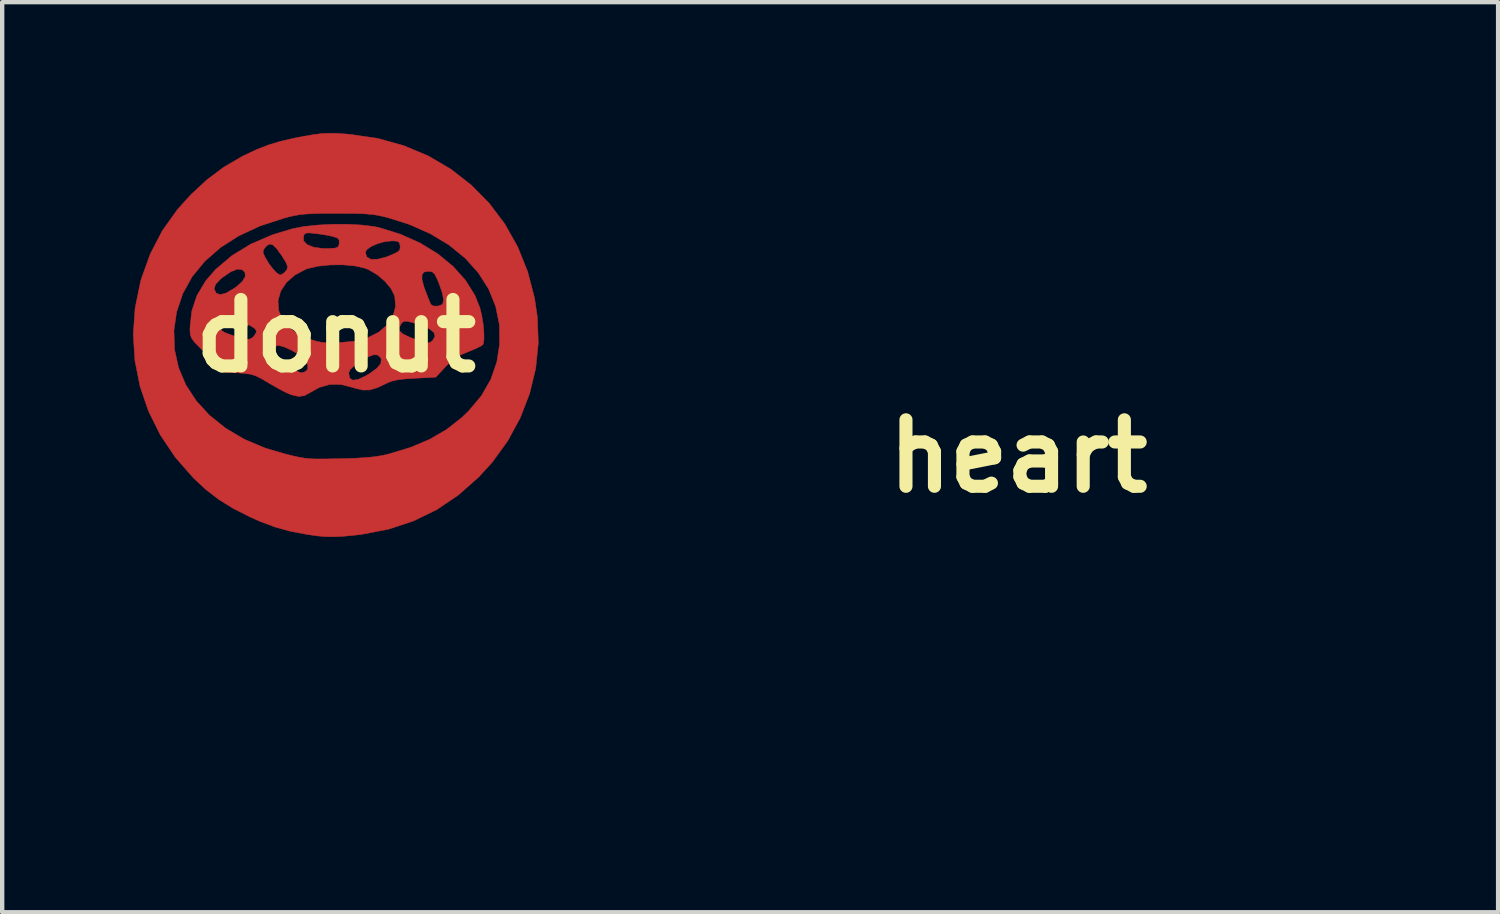
<source format=kicad_pcb>
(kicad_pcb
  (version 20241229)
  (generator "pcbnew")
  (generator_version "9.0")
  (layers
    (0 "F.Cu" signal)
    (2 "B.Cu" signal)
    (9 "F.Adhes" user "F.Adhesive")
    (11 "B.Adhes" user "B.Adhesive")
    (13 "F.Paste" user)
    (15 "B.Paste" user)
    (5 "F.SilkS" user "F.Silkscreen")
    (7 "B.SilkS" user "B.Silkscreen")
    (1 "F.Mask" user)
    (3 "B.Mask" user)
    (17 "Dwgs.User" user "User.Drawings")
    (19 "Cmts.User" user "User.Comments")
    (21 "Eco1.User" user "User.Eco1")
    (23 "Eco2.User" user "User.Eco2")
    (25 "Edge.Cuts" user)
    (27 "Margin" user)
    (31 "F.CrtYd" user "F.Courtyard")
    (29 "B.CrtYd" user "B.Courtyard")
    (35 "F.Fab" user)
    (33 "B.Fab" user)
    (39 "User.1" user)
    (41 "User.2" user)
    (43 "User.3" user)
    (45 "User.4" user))
  (footprint "heart"
    (layer "F.Cu")
    (at 20.298 7.41)
    (property "Reference" "heart" (at 0 0 0) (layer "F.SilkS") (effects (font (size 1.524 1.524) (thickness 0.3))))
    (attr through_hole)
    (fp_poly (pts (xy -3.622 -7.402) (xy -3.29 -7.387) (xy -2.975 -7.36) (xy -2.7 -7.323) (xy -2.521 -7.285) (xy -2.178 -7.172) (xy -1.813 -7.011) (xy -1.46 -6.821) (xy -1.185 -6.642) (xy -0.979 -6.476) (xy -0.748 -6.263) (xy -0.516 -6.028) (xy -0.306 -5.794) (xy -0.169 -5.621) (xy -0.086 -5.514) (xy -0.023 -5.441) (xy 0.001 -5.42) (xy 0.036 -5.452) (xy 0.09 -5.531) (xy 0.1 -5.548) (xy 0.173 -5.647) (xy 0.292 -5.788) (xy 0.445 -5.956) (xy 0.616 -6.134) (xy 0.79 -6.308) (xy 0.952 -6.463) (xy 1.088 -6.582) (xy 1.142 -6.624) (xy 1.382 -6.781) (xy 1.673 -6.941) (xy 1.986 -7.089) (xy 2.289 -7.212) (xy 2.527 -7.289) (xy 2.668 -7.324) (xy 2.799 -7.349) (xy 2.935 -7.367) (xy 3.096 -7.378) (xy 3.297 -7.383) (xy 3.557 -7.385) (xy 3.725 -7.384) (xy 4.02 -7.383) (xy 4.247 -7.378) (xy 4.424 -7.37) (xy 4.569 -7.355) (xy 4.7 -7.334) (xy 4.834 -7.303) (xy 4.954 -7.271) (xy 5.115 -7.219) (xy 5.302 -7.148) (xy 5.5 -7.066) (xy 5.693 -6.978) (xy 5.864 -6.894) (xy 5.998 -6.819) (xy 6.079 -6.762) (xy 6.096 -6.738) (xy 6.131 -6.704) (xy 6.216 -6.657) (xy 6.234 -6.65) (xy 6.313 -6.599) (xy 6.43 -6.503) (xy 6.573 -6.375) (xy 6.728 -6.228) (xy 6.882 -6.075) (xy 7.023 -5.928) (xy 7.138 -5.799) (xy 7.215 -5.703) (xy 7.239 -5.653) (xy 7.26 -5.596) (xy 7.279 -5.588) (xy 7.32 -5.551) (xy 7.386 -5.452) (xy 7.467 -5.307) (xy 7.556 -5.131) (xy 7.645 -4.941) (xy 7.726 -4.752) (xy 7.791 -4.581) (xy 7.811 -4.52) (xy 7.891 -4.224) (xy 7.947 -3.932) (xy 7.981 -3.622) (xy 7.995 -3.273) (xy 7.991 -2.865) (xy 7.989 -2.801) (xy 7.97 -2.457) (xy 7.937 -2.119) (xy 7.892 -1.802) (xy 7.838 -1.52) (xy 7.777 -1.288) (xy 7.713 -1.122) (xy 7.691 -1.084) (xy 7.643 -0.992) (xy 7.585 -0.859) (xy 7.555 -0.783) (xy 7.49 -0.634) (xy 7.4 -0.455) (xy 7.315 -0.306) (xy 7.237 -0.172) (xy 7.18 -0.067) (xy 7.155 -0.009) (xy 7.154 -0.007) (xy 7.129 0.043) (xy 7.065 0.132) (xy 7.016 0.193) (xy 6.595 0.735) (xy 6.498 0.87) (xy 6.404 0.998) (xy 6.312 1.112) (xy 6.278 1.15) (xy 6.042 1.394) (xy 5.769 1.668) (xy 5.486 1.945) (xy 5.218 2.199) (xy 5.125 2.286) (xy 4.944 2.454) (xy 4.756 2.628) (xy 4.587 2.788) (xy 4.48 2.889) (xy 4.362 3.001) (xy 4.267 3.086) (xy 4.212 3.13) (xy 4.205 3.133) (xy 4.169 3.16) (xy 4.08 3.237) (xy 3.947 3.356) (xy 3.78 3.507) (xy 3.586 3.684) (xy 3.478 3.784) (xy 3.191 4.053) (xy 2.896 4.335) (xy 2.6 4.624) (xy 2.309 4.913) (xy 2.03 5.195) (xy 1.768 5.464) (xy 1.531 5.713) (xy 1.325 5.935) (xy 1.155 6.125) (xy 1.029 6.275) (xy 0.953 6.379) (xy 0.931 6.426) (xy 0.9 6.485) (xy 0.852 6.528) (xy 0.775 6.602) (xy 0.696 6.706) (xy 0.693 6.71) (xy 0.631 6.802) (xy 0.536 6.938) (xy 0.424 7.092) (xy 0.386 7.144) (xy 0.275 7.29) (xy 0.196 7.381) (xy 0.131 7.429) (xy 0.065 7.448) (xy -0.002 7.451) (xy -0.077 7.446) (xy -0.139 7.426) (xy -0.204 7.377) (xy -0.286 7.287) (xy -0.401 7.145) (xy -0.441 7.094) (xy -0.555 6.945) (xy -0.646 6.821) (xy -0.705 6.737) (xy -0.72 6.708) (xy -0.727 6.687) (xy -0.753 6.649) (xy -0.81 6.585) (xy -0.905 6.483) (xy -1.047 6.333) (xy -1.079 6.3) (xy -1.164 6.206) (xy -1.218 6.137) (xy -1.228 6.116) (xy -1.258 6.064) (xy -1.342 5.961) (xy -1.474 5.816) (xy -1.646 5.636) (xy -1.849 5.427) (xy -2.078 5.199) (xy -2.324 4.957) (xy -2.58 4.71) (xy -2.839 4.465) (xy -3.092 4.228) (xy -3.333 4.009) (xy -3.533 3.831) (xy -3.688 3.694) (xy -3.839 3.557) (xy -3.96 3.442) (xy -3.985 3.418) (xy -4.082 3.329) (xy -4.158 3.272) (xy -4.185 3.26) (xy -4.234 3.23) (xy -4.313 3.155) (xy -4.362 3.101) (xy -4.461 2.997) (xy -4.551 2.917) (xy -4.582 2.896) (xy -4.635 2.855) (xy -4.739 2.763) (xy -4.884 2.63) (xy -5.062 2.465) (xy -5.261 2.276) (xy -5.388 2.156) (xy -5.66 1.89) (xy -5.915 1.636) (xy -6.145 1.4) (xy -6.344 1.188) (xy -6.507 1.007) (xy -6.626 0.865) (xy -6.696 0.767) (xy -6.711 0.722) (xy -6.726 0.676) (xy -6.781 0.582) (xy -6.866 0.46) (xy -6.881 0.441) (xy -6.972 0.316) (xy -7.039 0.218) (xy -7.069 0.165) (xy -7.069 0.163) (xy -7.09 0.116) (xy -7.146 0.017) (xy -7.226 -0.118) (xy -7.26 -0.174) (xy -7.347 -0.321) (xy -7.413 -0.444) (xy -7.448 -0.524) (xy -7.451 -0.538) (xy -7.478 -0.588) (xy -7.495 -0.593) (xy -7.522 -0.618) (xy -7.516 -0.632) (xy -7.52 -0.69) (xy -7.559 -0.786) (xy -7.573 -0.812) (xy -7.629 -0.932) (xy -7.689 -1.093) (xy -7.724 -1.206) (xy -7.765 -1.352) (xy -7.8 -1.469) (xy -7.819 -1.524) (xy -7.837 -1.615) (xy -7.836 -1.644) (xy -7.852 -1.725) (xy -7.868 -1.749) (xy -7.911 -1.847) (xy -7.945 -2.014) (xy -7.971 -2.239) (xy -7.988 -2.506) (xy -7.996 -2.802) (xy -7.995 -3.114) (xy -7.985 -3.427) (xy -7.967 -3.728) (xy -7.939 -4.003) (xy -7.903 -4.239) (xy -7.875 -4.36) (xy -7.82 -4.532) (xy -7.743 -4.734) (xy -7.65 -4.947) (xy -7.552 -5.155) (xy -7.457 -5.34) (xy -7.372 -5.482) (xy -7.307 -5.566) (xy -7.3 -5.572) (xy -7.247 -5.638) (xy -7.239 -5.671) (xy -7.21 -5.722) (xy -7.131 -5.817) (xy -7.015 -5.943) (xy -6.875 -6.088) (xy -6.723 -6.238) (xy -6.574 -6.382) (xy -6.439 -6.505) (xy -6.331 -6.597) (xy -6.264 -6.643) (xy -6.253 -6.646) (xy -6.184 -6.677) (xy -6.169 -6.699) (xy -6.125 -6.738) (xy -6.021 -6.804) (xy -5.871 -6.888) (xy -5.691 -6.981) (xy -5.689 -6.982) (xy -5.509 -7.074) (xy -5.359 -7.153) (xy -5.253 -7.211) (xy -5.207 -7.241) (xy -5.207 -7.241) (xy -5.156 -7.262) (xy -5.049 -7.283) (xy -4.974 -7.294) (xy -4.817 -7.314) (xy -4.624 -7.343) (xy -4.466 -7.368) (xy -4.234 -7.394) (xy -3.944 -7.405) (xy -3.622 -7.402)) (stroke (width 0.01) (type solid)) (fill yes) (layer "F.Mask")))
  (footprint "donut"
    (layer "F.Cu")
    (at 4.65 4.651)
    (property "Reference" "donut" (at 0 0 0) (layer "F.SilkS") (effects (font (size 1.524 1.524) (thickness 0.3))))
    (attr through_hole)
    (fp_poly (pts (xy 0.003 -4.643) (xy 0.222 -4.629) (xy 0.318 -4.621) (xy 0.956 -4.529) (xy 1.558 -4.362) (xy 2.119 -4.126) (xy 2.636 -3.823) (xy 3.103 -3.46) (xy 3.518 -3.039) (xy 3.875 -2.565) (xy 4.169 -2.042) (xy 4.398 -1.474) (xy 4.556 -0.866) (xy 4.621 -0.43) (xy 4.642 0.16) (xy 4.582 0.748) (xy 4.443 1.323) (xy 4.228 1.879) (xy 3.941 2.408) (xy 3.584 2.9) (xy 3.274 3.239) (xy 2.808 3.65) (xy 2.313 3.984) (xy 1.782 4.243) (xy 1.21 4.432) (xy 0.592 4.551) (xy 0.423 4.571) (xy 0.16 4.596) (xy -0.051 4.606) (xy -0.238 4.603) (xy -0.433 4.585) (xy -0.656 4.553) (xy -1.049 4.478) (xy -1.399 4.381) (xy -1.748 4.25) (xy -1.974 4.148) (xy -2.357 3.954) (xy -2.682 3.752) (xy -2.976 3.527) (xy -3.261 3.262) (xy -3.678 2.787) (xy -4.023 2.274) (xy -4.294 1.729) (xy -4.489 1.159) (xy -4.606 0.57) (xy -4.645 -0.032) (xy -4.638 -0.129) (xy -3.712 -0.129) (xy -3.699 0.31) (xy -3.606 0.729) (xy -3.439 1.124) (xy -3.2 1.49) (xy -2.895 1.823) (xy -2.527 2.117) (xy -2.101 2.369) (xy -1.621 2.572) (xy -1.182 2.702) (xy -0.996 2.748) (xy -0.848 2.781) (xy -0.722 2.803) (xy -0.597 2.817) (xy -0.455 2.822) (xy -0.277 2.822) (xy -0.045 2.818) (xy 0.127 2.815) (xy 0.446 2.805) (xy 0.698 2.79) (xy 0.903 2.769) (xy 1.078 2.74) (xy 1.206 2.71) (xy 1.715 2.556) (xy 2.156 2.37) (xy 2.541 2.145) (xy 2.885 1.876) (xy 3.045 1.722) (xy 3.339 1.371) (xy 3.553 0.998) (xy 3.692 0.595) (xy 3.755 0.189) (xy 3.75 -0.253) (xy 3.665 -0.675) (xy 3.504 -1.073) (xy 3.27 -1.442) (xy 2.968 -1.779) (xy 2.6 -2.08) (xy 2.171 -2.34) (xy 1.683 -2.556) (xy 1.236 -2.698) (xy 1.083 -2.738) (xy 0.947 -2.767) (xy 0.811 -2.786) (xy 0.657 -2.799) (xy 0.467 -2.806) (xy 0.222 -2.808) (xy 0.021 -2.809) (xy -0.27 -2.808) (xy -0.494 -2.804) (xy -0.67 -2.795) (xy -0.816 -2.781) (xy -0.95 -2.758) (xy -1.09 -2.726) (xy -1.194 -2.698) (xy -1.741 -2.519) (xy -2.227 -2.293) (xy -2.65 -2.022) (xy -3.006 -1.709) (xy -3.294 -1.358) (xy -3.509 -0.971) (xy -3.65 -0.551) (xy -3.712 -0.129) (xy -4.638 -0.129) (xy -4.602 -0.639) (xy -4.477 -1.247) (xy -4.46 -1.308) (xy -4.253 -1.883) (xy -3.979 -2.41) (xy -3.632 -2.897) (xy -3.323 -3.239) (xy -2.951 -3.583) (xy -2.573 -3.866) (xy -2.16 -4.108) (xy -2.095 -4.141) (xy -1.811 -4.275) (xy -1.541 -4.379) (xy -1.259 -4.464) (xy -0.935 -4.538) (xy -0.735 -4.576) (xy -0.513 -4.614) (xy -0.335 -4.637) (xy -0.173 -4.646) (xy 0.003 -4.643)) (stroke (width 0.01) (type solid)) (fill yes) (layer "F.Cu"))
    (fp_poly (pts (xy 0.603 -2.541) (xy 0.882 -2.506) (xy 0.989 -2.484) (xy 1.483 -2.331) (xy 1.935 -2.128) (xy 2.339 -1.881) (xy 2.687 -1.595) (xy 2.972 -1.277) (xy 3.187 -0.933) (xy 3.302 -0.647) (xy 3.344 -0.475) (xy 3.376 -0.284) (xy 3.394 -0.096) (xy 3.397 0.066) (xy 3.382 0.177) (xy 3.373 0.2) (xy 3.321 0.237) (xy 3.212 0.29) (xy 3.066 0.351) (xy 3.037 0.362) (xy 2.841 0.447) (xy 2.69 0.544) (xy 2.542 0.679) (xy 2.511 0.712) (xy 2.291 0.947) (xy 1.812 0.972) (xy 1.573 0.988) (xy 1.398 1.011) (xy 1.269 1.042) (xy 1.164 1.086) (xy 1.164 1.087) (xy 0.953 1.187) (xy 0.781 1.238) (xy 0.622 1.242) (xy 0.451 1.203) (xy 0.406 1.188) (xy 0.117 1.115) (xy -0.14 1.113) (xy -0.384 1.184) (xy -0.586 1.298) (xy -0.721 1.371) (xy -0.851 1.389) (xy -1.007 1.354) (xy -1.058 1.336) (xy -1.162 1.289) (xy -1.311 1.211) (xy -1.479 1.115) (xy -1.545 1.076) (xy -1.71 0.978) (xy -1.836 0.916) (xy -1.952 0.88) (xy -2.089 0.86) (xy -2.092 0.86) (xy 0.296 0.86) (xy 0.32 0.97) (xy 0.392 1.016) (xy 0.515 0.997) (xy 0.691 0.914) (xy 0.772 0.866) (xy 0.943 0.741) (xy 1.032 0.632) (xy 1.042 0.534) (xy 1.014 0.485) (xy 0.951 0.436) (xy 0.867 0.433) (xy 0.75 0.477) (xy 0.584 0.574) (xy 0.557 0.592) (xy 0.411 0.694) (xy 0.328 0.773) (xy 0.297 0.843) (xy 0.296 0.86) (xy -2.092 0.86) (xy -2.257 0.848) (xy -2.632 0.825) (xy -2.764 0.656) (xy -2.865 0.537) (xy -2.997 0.392) (xy -3.03 0.358) (xy -1.431 0.358) (xy -1.409 0.459) (xy -1.365 0.52) (xy -1.293 0.573) (xy -1.18 0.645) (xy -1.05 0.721) (xy -0.926 0.789) (xy -0.832 0.835) (xy -0.797 0.846) (xy -0.737 0.833) (xy -0.702 0.821) (xy -0.643 0.762) (xy -0.643 0.668) (xy -0.697 0.561) (xy -0.759 0.496) (xy -0.889 0.403) (xy -1.04 0.318) (xy -1.186 0.253) (xy -1.303 0.22) (xy -1.343 0.219) (xy -1.408 0.267) (xy -1.431 0.358) (xy -3.03 0.358) (xy -3.12 0.266) (xy -3.236 0.148) (xy -3.303 0.062) (xy -3.334 -0.018) (xy -3.344 -0.119) (xy -3.344 -0.181) (xy -3.339 -0.233) (xy -2.646 -0.233) (xy -2.64 -0.163) (xy -2.61 -0.115) (xy -2.538 -0.073) (xy -2.406 -0.024) (xy -2.371 -0.012) (xy -2.186 0.047) (xy -2.061 0.075) (xy -1.977 0.074) (xy -1.916 0.044) (xy -1.887 0.018) (xy -1.833 -0.062) (xy -1.82 -0.111) (xy -1.859 -0.17) (xy -1.959 -0.233) (xy -2.1 -0.29) (xy -2.26 -0.333) (xy -2.416 -0.354) (xy -2.431 -0.355) (xy -2.558 -0.355) (xy -2.621 -0.341) (xy -2.643 -0.299) (xy -2.646 -0.233) (xy -3.339 -0.233) (xy -3.304 -0.566) (xy -3.223 -0.811) (xy -1.325 -0.811) (xy -1.311 -0.587) (xy -1.306 -0.569) (xy -1.213 -0.352) (xy -1.06 -0.174) (xy -0.84 -0.028) (xy -0.594 0.076) (xy -0.442 0.124) (xy -0.305 0.151) (xy -0.152 0.16) (xy 0.048 0.156) (xy 0.085 0.154) (xy 0.42 0.122) (xy 0.688 0.058) (xy 0.735 0.041) (xy 0.987 -0.087) (xy 1.103 -0.188) (xy 1.452 -0.188) (xy 1.46 -0.115) (xy 1.532 -0.048) (xy 1.674 0.022) (xy 1.782 0.064) (xy 1.951 0.125) (xy 2.06 0.156) (xy 2.131 0.16) (xy 2.181 0.137) (xy 2.222 0.101) (xy 2.275 0.007) (xy 2.244 -0.084) (xy 2.13 -0.171) (xy 1.933 -0.253) (xy 1.763 -0.304) (xy 1.639 -0.333) (xy 1.567 -0.335) (xy 1.522 -0.306) (xy 1.499 -0.277) (xy 1.452 -0.188) (xy 1.103 -0.188) (xy 1.182 -0.257) (xy 1.312 -0.457) (xy 1.37 -0.677) (xy 1.351 -0.906) (xy 1.349 -0.913) (xy 1.268 -1.081) (xy 1.127 -1.251) (xy 0.949 -1.402) (xy 1.975 -1.402) (xy 1.976 -1.289) (xy 2.023 -1.116) (xy 2.051 -1.039) (xy 2.107 -0.894) (xy 2.153 -0.779) (xy 2.181 -0.718) (xy 2.182 -0.717) (xy 2.245 -0.683) (xy 2.342 -0.683) (xy 2.429 -0.715) (xy 2.449 -0.733) (xy 2.471 -0.824) (xy 2.442 -0.982) (xy 2.363 -1.209) (xy 2.327 -1.294) (xy 2.27 -1.41) (xy 2.214 -1.466) (xy 2.137 -1.481) (xy 2.121 -1.482) (xy 2.023 -1.463) (xy 1.975 -1.402) (xy 0.949 -1.402) (xy 0.946 -1.404) (xy 0.746 -1.521) (xy 0.672 -1.55) (xy 0.446 -1.603) (xy 0.171 -1.629) (xy -0.122 -1.627) (xy -0.402 -1.599) (xy -0.64 -1.545) (xy -0.685 -1.529) (xy -0.935 -1.398) (xy -1.13 -1.228) (xy -1.263 -1.028) (xy -1.325 -0.811) (xy -3.223 -0.811) (xy -3.184 -0.926) (xy -3.092 -1.08) (xy -2.791 -1.08) (xy -2.747 -0.986) (xy -2.741 -0.98) (xy -2.651 -0.946) (xy -2.516 -0.982) (xy -2.335 -1.088) (xy -2.277 -1.129) (xy -2.141 -1.251) (xy -2.076 -1.364) (xy -2.085 -1.459) (xy -2.15 -1.519) (xy -2.258 -1.53) (xy -2.408 -1.47) (xy -2.597 -1.341) (xy -2.638 -1.308) (xy -2.755 -1.186) (xy -2.791 -1.08) (xy -3.092 -1.08) (xy -2.983 -1.263) (xy -2.755 -1.525) (xy -2.381 -1.841) (xy -2.258 -1.916) (xy -1.669 -1.916) (xy -1.638 -1.836) (xy -1.612 -1.785) (xy -1.534 -1.656) (xy -1.442 -1.535) (xy -1.352 -1.442) (xy -1.284 -1.398) (xy -1.275 -1.397) (xy -1.215 -1.424) (xy -1.167 -1.464) (xy -1.118 -1.527) (xy -1.108 -1.593) (xy -1.143 -1.684) (xy -1.225 -1.818) (xy -1.238 -1.838) (xy -1.294 -1.916) (xy 0.677 -1.916) (xy 0.709 -1.809) (xy 0.804 -1.755) (xy 0.956 -1.757) (xy 1.164 -1.812) (xy 1.29 -1.862) (xy 1.408 -1.919) (xy 1.464 -1.968) (xy 1.476 -2.032) (xy 1.474 -2.063) (xy 1.458 -2.135) (xy 1.417 -2.169) (xy 1.326 -2.178) (xy 1.27 -2.177) (xy 1.112 -2.159) (xy 0.952 -2.113) (xy 0.812 -2.051) (xy 0.713 -1.981) (xy 0.677 -1.916) (xy -1.294 -1.916) (xy -1.353 -1.998) (xy -1.443 -2.085) (xy -1.518 -2.106) (xy -1.587 -2.065) (xy -1.61 -2.039) (xy -1.66 -1.972) (xy -1.669 -1.916) (xy -2.258 -1.916) (xy -1.95 -2.104) (xy -1.533 -2.284) (xy -0.742 -2.284) (xy -0.738 -2.178) (xy -0.66 -2.094) (xy -0.515 -2.035) (xy -0.312 -2.005) (xy -0.148 -2.004) (xy -0.022 -2.012) (xy 0.043 -2.034) (xy 0.07 -2.081) (xy 0.077 -2.125) (xy 0.075 -2.202) (xy 0.032 -2.246) (xy -0.071 -2.28) (xy -0.209 -2.309) (xy -0.381 -2.336) (xy -0.473 -2.348) (xy -0.61 -2.361) (xy -0.686 -2.356) (xy -0.724 -2.327) (xy -0.742 -2.284) (xy -1.533 -2.284) (xy -1.457 -2.317) (xy -0.992 -2.458) (xy -0.729 -2.508) (xy -0.413 -2.541) (xy -0.07 -2.559) (xy 0.277 -2.559) (xy 0.603 -2.541)) (stroke (width 0.01) (type solid)) (fill yes) (layer "F.Cu"))
    (fp_poly (pts (xy 0.003 -4.643) (xy 0.222 -4.629) (xy 0.318 -4.621) (xy 0.956 -4.529) (xy 1.558 -4.362) (xy 2.119 -4.126) (xy 2.636 -3.823) (xy 3.103 -3.46) (xy 3.518 -3.039) (xy 3.875 -2.565) (xy 4.169 -2.042) (xy 4.398 -1.474) (xy 4.556 -0.866) (xy 4.621 -0.43) (xy 4.642 0.16) (xy 4.582 0.748) (xy 4.443 1.323) (xy 4.228 1.879) (xy 3.941 2.408) (xy 3.584 2.9) (xy 3.274 3.239) (xy 2.808 3.65) (xy 2.313 3.984) (xy 1.782 4.243) (xy 1.21 4.432) (xy 0.592 4.551) (xy 0.423 4.571) (xy 0.16 4.596) (xy -0.051 4.606) (xy -0.238 4.603) (xy -0.433 4.585) (xy -0.656 4.553) (xy -1.049 4.478) (xy -1.399 4.381) (xy -1.748 4.25) (xy -1.974 4.148) (xy -2.357 3.954) (xy -2.682 3.752) (xy -2.976 3.527) (xy -3.261 3.262) (xy -3.678 2.787) (xy -4.023 2.274) (xy -4.294 1.729) (xy -4.489 1.159) (xy -4.606 0.57) (xy -4.645 -0.032) (xy -4.602 -0.639) (xy -4.477 -1.247) (xy -4.46 -1.308) (xy -4.253 -1.883) (xy -3.979 -2.41) (xy -3.632 -2.897) (xy -3.323 -3.239) (xy -2.951 -3.583) (xy -2.573 -3.866) (xy -2.16 -4.108) (xy -2.095 -4.141) (xy -1.811 -4.275) (xy -1.541 -4.379) (xy -1.259 -4.464) (xy -0.935 -4.538) (xy -0.735 -4.576) (xy -0.513 -4.614) (xy -0.335 -4.637) (xy -0.173 -4.646) (xy 0.003 -4.643)) (stroke (width 0.01) (type solid)) (fill yes) (layer "F.Mask")))
  (gr_rect
    (start -3 -3)
    (end 31.298 17.865)
    (stroke (width 0.1) (type default))
    (fill no)
    (layer "Edge.Cuts")))
</source>
